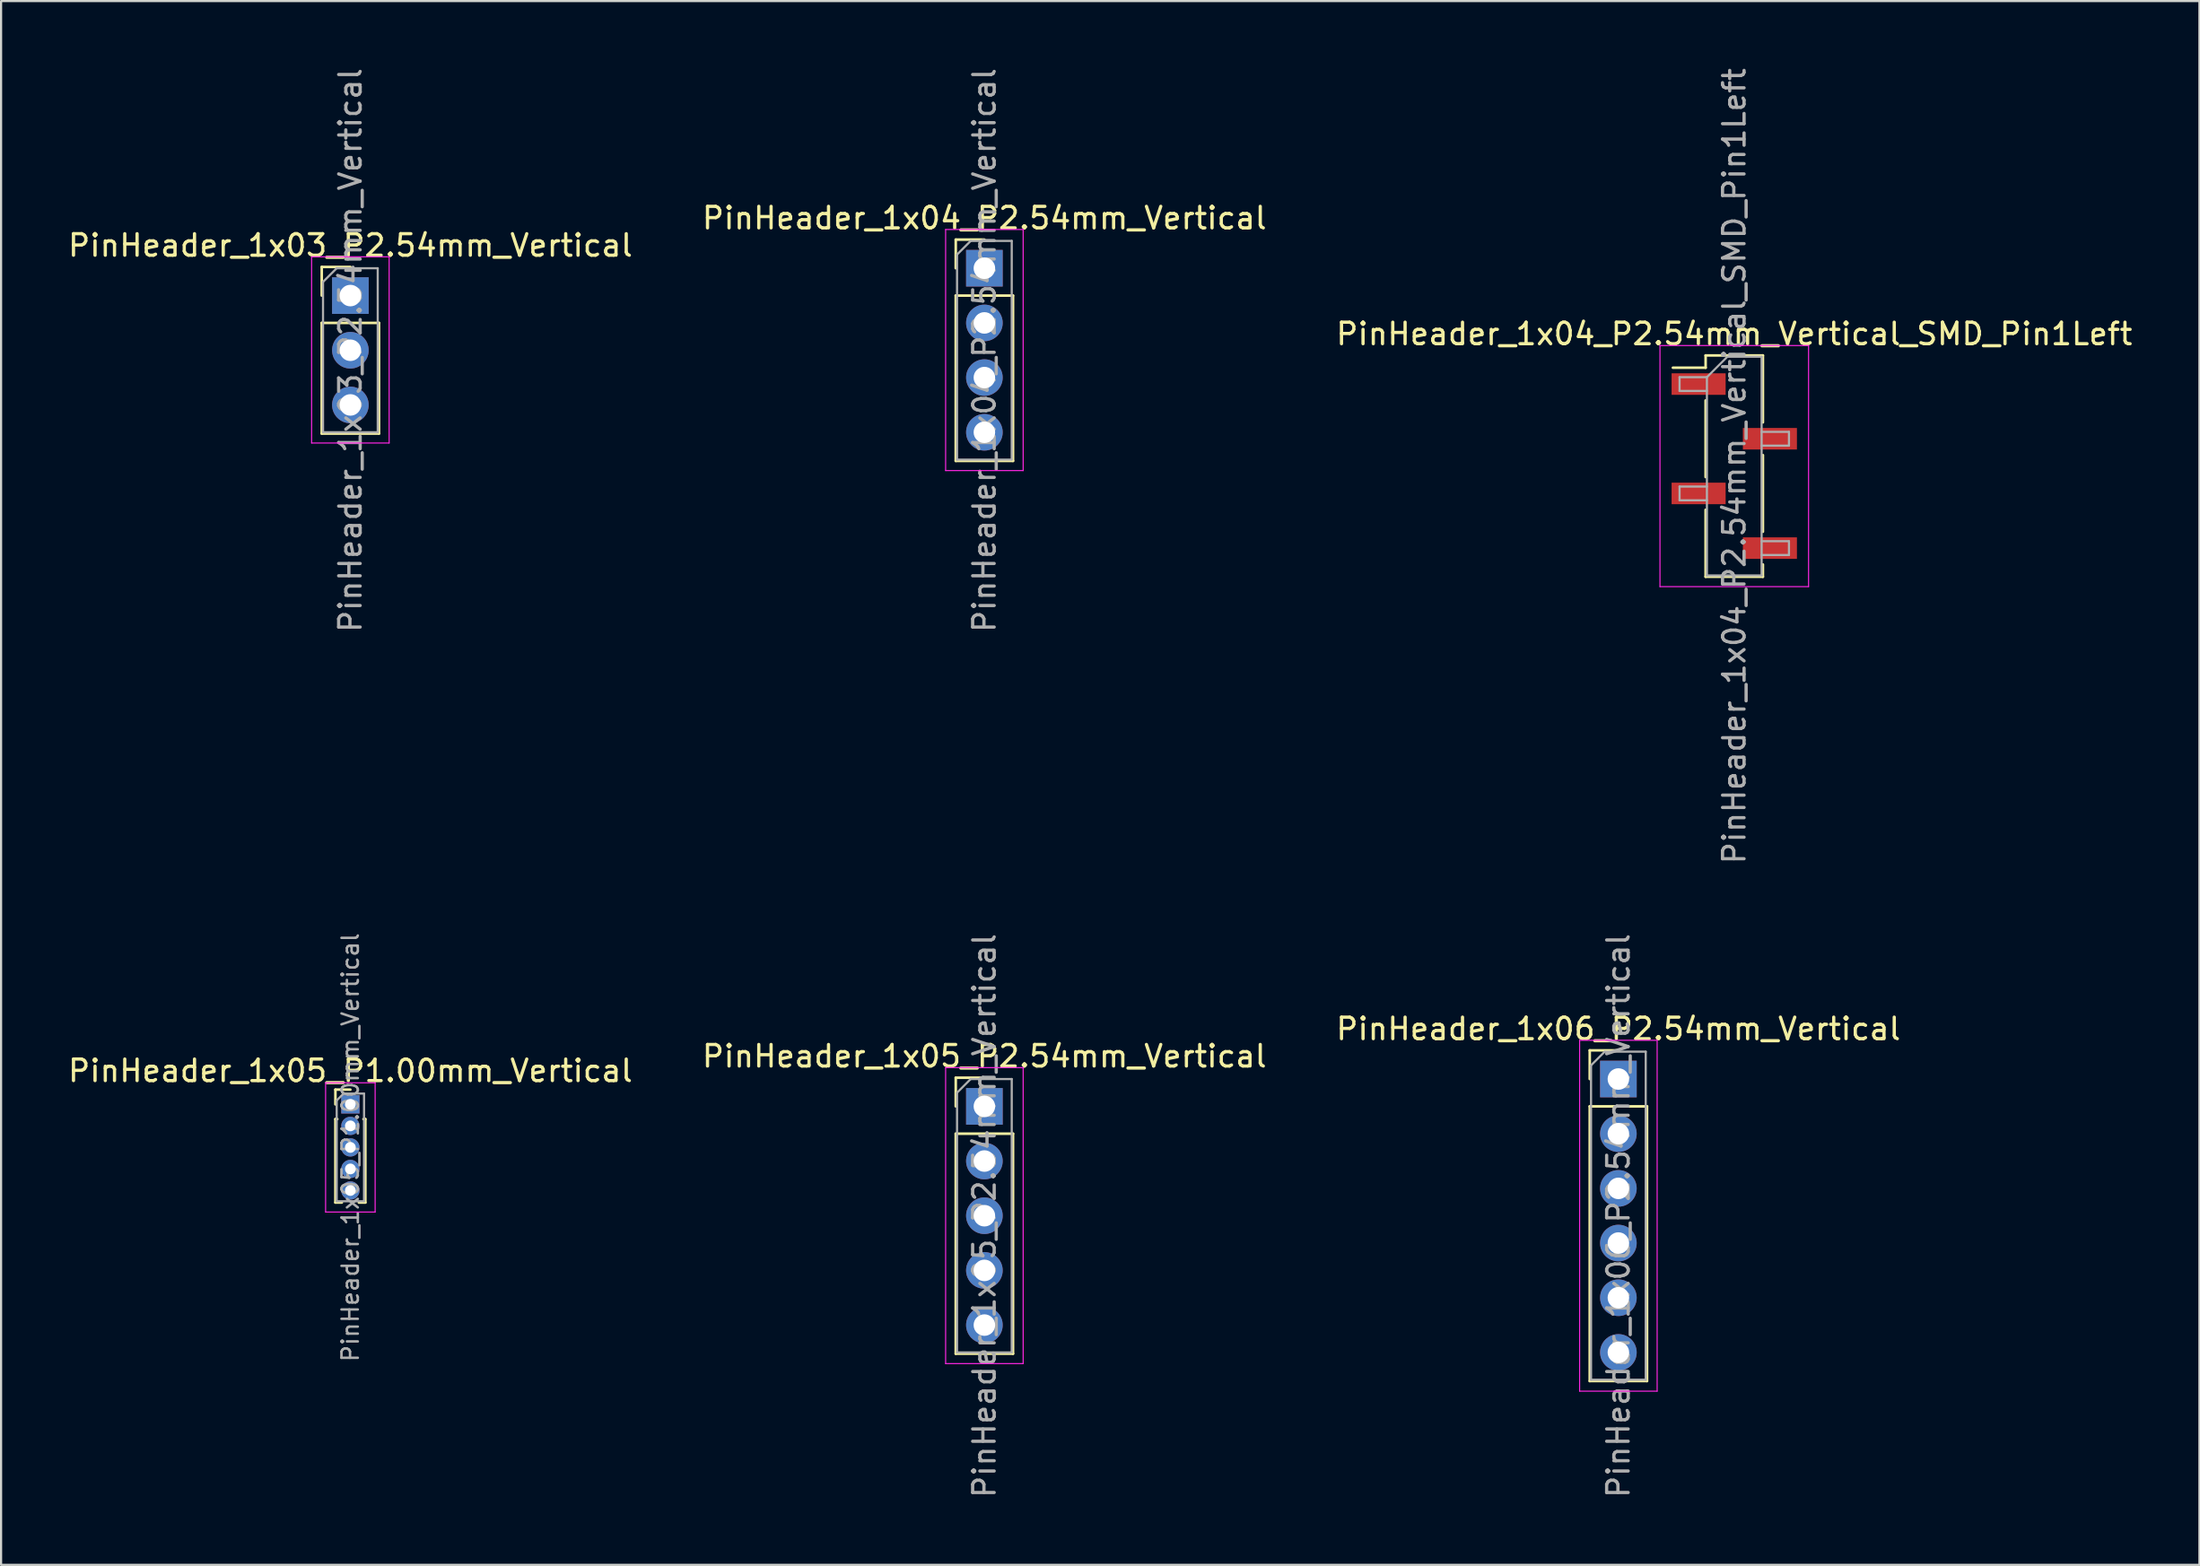
<source format=kicad_pcb>
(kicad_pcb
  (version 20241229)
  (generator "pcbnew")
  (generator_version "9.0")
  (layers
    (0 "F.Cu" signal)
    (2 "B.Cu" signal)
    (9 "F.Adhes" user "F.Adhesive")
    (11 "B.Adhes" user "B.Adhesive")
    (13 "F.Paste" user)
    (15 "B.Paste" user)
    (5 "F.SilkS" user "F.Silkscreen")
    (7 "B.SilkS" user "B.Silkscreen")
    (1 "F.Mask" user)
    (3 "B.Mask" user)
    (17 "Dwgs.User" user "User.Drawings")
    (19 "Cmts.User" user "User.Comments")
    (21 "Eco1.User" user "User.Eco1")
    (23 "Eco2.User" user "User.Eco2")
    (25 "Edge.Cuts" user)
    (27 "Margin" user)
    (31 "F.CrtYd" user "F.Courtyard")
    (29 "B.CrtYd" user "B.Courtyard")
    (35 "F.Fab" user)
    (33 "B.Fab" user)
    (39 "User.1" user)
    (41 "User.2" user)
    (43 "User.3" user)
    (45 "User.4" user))
  (footprint "PinHeader_1x03_P2.54mm_Vertical"
    (layer "F.Cu")
    (at 13.22 10.68)
    (property "Reference" "PinHeader_1x03_P2.54mm_Vertical" (at 0 -2.33 0) (layer "F.SilkS") (effects (font (size 1 1) (thickness 0.15))))
    (attr through_hole)
    (fp_line (start -1.33 -1.33) (end 0 -1.33) (stroke (width 0.12) (type solid)) (layer "F.SilkS"))
    (fp_line (start -1.33 0) (end -1.33 -1.33) (stroke (width 0.12) (type solid)) (layer "F.SilkS"))
    (fp_line (start -1.33 1.27) (end -1.33 6.41) (stroke (width 0.12) (type solid)) (layer "F.SilkS"))
    (fp_line (start -1.33 1.27) (end 1.33 1.27) (stroke (width 0.12) (type solid)) (layer "F.SilkS"))
    (fp_line (start -1.33 6.41) (end 1.33 6.41) (stroke (width 0.12) (type solid)) (layer "F.SilkS"))
    (fp_line (start 1.33 1.27) (end 1.33 6.41) (stroke (width 0.12) (type solid)) (layer "F.SilkS"))
    (fp_line (start -1.8 -1.8) (end -1.8 6.85) (stroke (width 0.05) (type solid)) (layer "F.CrtYd"))
    (fp_line (start -1.8 6.85) (end 1.8 6.85) (stroke (width 0.05) (type solid)) (layer "F.CrtYd"))
    (fp_line (start 1.8 -1.8) (end -1.8 -1.8) (stroke (width 0.05) (type solid)) (layer "F.CrtYd"))
    (fp_line (start 1.8 6.85) (end 1.8 -1.8) (stroke (width 0.05) (type solid)) (layer "F.CrtYd"))
    (fp_line (start -1.27 -0.635) (end -0.635 -1.27) (stroke (width 0.1) (type solid)) (layer "F.Fab"))
    (fp_line (start -1.27 6.35) (end -1.27 -0.635) (stroke (width 0.1) (type solid)) (layer "F.Fab"))
    (fp_line (start -0.635 -1.27) (end 1.27 -1.27) (stroke (width 0.1) (type solid)) (layer "F.Fab"))
    (fp_line (start 1.27 -1.27) (end 1.27 6.35) (stroke (width 0.1) (type solid)) (layer "F.Fab"))
    (fp_line (start 1.27 6.35) (end -1.27 6.35) (stroke (width 0.1) (type solid)) (layer "F.Fab"))
    (fp_text user "${REFERENCE}" (at 0 2.54 90) (layer "F.Fab") (effects (font (size 1 1) (thickness 0.15))))
    (pad "1" thru_hole rect (at 0 0) (size 1.7 1.7) (drill 1) (layers "*.Cu" "*.Mask"))
    (pad "2" thru_hole oval (at 0 2.54) (size 1.7 1.7) (drill 1) (layers "*.Cu" "*.Mask"))
    (pad "3" thru_hole oval (at 0 5.08) (size 1.7 1.7) (drill 1) (layers "*.Cu" "*.Mask")))
  (footprint "PinHeader_1x05_P1.00mm_Vertical"
    (layer "F.Cu")
    (at 13.22 48.25)
    (property "Reference" "PinHeader_1x05_P1.00mm_Vertical" (at 0 -1.56 0) (layer "F.SilkS") (effects (font (size 1 1) (thickness 0.15))))
    (attr through_hole)
    (fp_line (start -0.695 -0.685) (end 0 -0.685) (stroke (width 0.12) (type solid)) (layer "F.SilkS"))
    (fp_line (start -0.695 0) (end -0.695 -0.685) (stroke (width 0.12) (type solid)) (layer "F.SilkS"))
    (fp_line (start -0.695 0.685) (end -0.695 4.56) (stroke (width 0.12) (type solid)) (layer "F.SilkS"))
    (fp_line (start -0.695 0.685) (end -0.608 0.685) (stroke (width 0.12) (type solid)) (layer "F.SilkS"))
    (fp_line (start -0.695 4.56) (end -0.394 4.56) (stroke (width 0.12) (type solid)) (layer "F.SilkS"))
    (fp_line (start 0.394 4.56) (end 0.695 4.56) (stroke (width 0.12) (type solid)) (layer "F.SilkS"))
    (fp_line (start 0.608 0.685) (end 0.695 0.685) (stroke (width 0.12) (type solid)) (layer "F.SilkS"))
    (fp_line (start 0.695 0.685) (end 0.695 4.56) (stroke (width 0.12) (type solid)) (layer "F.SilkS"))
    (fp_line (start -1.15 -1) (end -1.15 5) (stroke (width 0.05) (type solid)) (layer "F.CrtYd"))
    (fp_line (start -1.15 5) (end 1.15 5) (stroke (width 0.05) (type solid)) (layer "F.CrtYd"))
    (fp_line (start 1.15 -1) (end -1.15 -1) (stroke (width 0.05) (type solid)) (layer "F.CrtYd"))
    (fp_line (start 1.15 5) (end 1.15 -1) (stroke (width 0.05) (type solid)) (layer "F.CrtYd"))
    (fp_line (start -0.635 -0.182) (end -0.318 -0.5) (stroke (width 0.1) (type solid)) (layer "F.Fab"))
    (fp_line (start -0.635 4.5) (end -0.635 -0.182) (stroke (width 0.1) (type solid)) (layer "F.Fab"))
    (fp_line (start -0.318 -0.5) (end 0.635 -0.5) (stroke (width 0.1) (type solid)) (layer "F.Fab"))
    (fp_line (start 0.635 -0.5) (end 0.635 4.5) (stroke (width 0.1) (type solid)) (layer "F.Fab"))
    (fp_line (start 0.635 4.5) (end -0.635 4.5) (stroke (width 0.1) (type solid)) (layer "F.Fab"))
    (fp_text user "${REFERENCE}" (at 0 2 90) (layer "F.Fab") (effects (font (size 0.76 0.76) (thickness 0.114))))
    (pad "1" thru_hole rect (at 0 0) (size 0.85 0.85) (drill 0.5) (layers "*.Cu" "*.Mask"))
    (pad "2" thru_hole oval (at 0 1) (size 0.85 0.85) (drill 0.5) (layers "*.Cu" "*.Mask"))
    (pad "3" thru_hole oval (at 0 2) (size 0.85 0.85) (drill 0.5) (layers "*.Cu" "*.Mask"))
    (pad "4" thru_hole oval (at 0 3) (size 0.85 0.85) (drill 0.5) (layers "*.Cu" "*.Mask"))
    (pad "5" thru_hole oval (at 0 4) (size 0.85 0.85) (drill 0.5) (layers "*.Cu" "*.Mask")))
  (footprint "PinHeader_1x04_P2.54mm_Vertical_SMD_Pin1Left"
    (layer "F.Cu")
    (at 77.482 18.601)
    (property "Reference" "PinHeader_1x04_P2.54mm_Vertical_SMD_Pin1Left" (at 0 -6.14 0) (layer "F.SilkS") (effects (font (size 1 1) (thickness 0.15))))
    (attr smd)
    (fp_line (start -1.33 -5.14) (end -1.33 -4.57) (stroke (width 0.12) (type solid)) (layer "F.SilkS"))
    (fp_line (start -1.33 -5.14) (end 1.33 -5.14) (stroke (width 0.12) (type solid)) (layer "F.SilkS"))
    (fp_line (start -1.33 -4.57) (end -2.85 -4.57) (stroke (width 0.12) (type solid)) (layer "F.SilkS"))
    (fp_line (start -1.33 -3.05) (end -1.33 0.51) (stroke (width 0.12) (type solid)) (layer "F.SilkS"))
    (fp_line (start -1.33 2.03) (end -1.33 5.14) (stroke (width 0.12) (type solid)) (layer "F.SilkS"))
    (fp_line (start -1.33 5.14) (end 1.33 5.14) (stroke (width 0.12) (type solid)) (layer "F.SilkS"))
    (fp_line (start 1.33 -5.14) (end 1.33 -2.03) (stroke (width 0.12) (type solid)) (layer "F.SilkS"))
    (fp_line (start 1.33 -0.51) (end 1.33 3.05) (stroke (width 0.12) (type solid)) (layer "F.SilkS"))
    (fp_line (start 1.33 4.57) (end 1.33 5.14) (stroke (width 0.12) (type solid)) (layer "F.SilkS"))
    (fp_line (start -3.45 -5.6) (end -3.45 5.6) (stroke (width 0.05) (type solid)) (layer "F.CrtYd"))
    (fp_line (start -3.45 5.6) (end 3.45 5.6) (stroke (width 0.05) (type solid)) (layer "F.CrtYd"))
    (fp_line (start 3.45 -5.6) (end -3.45 -5.6) (stroke (width 0.05) (type solid)) (layer "F.CrtYd"))
    (fp_line (start 3.45 5.6) (end 3.45 -5.6) (stroke (width 0.05) (type solid)) (layer "F.CrtYd"))
    (fp_line (start -2.54 -4.13) (end -2.54 -3.49) (stroke (width 0.1) (type solid)) (layer "F.Fab"))
    (fp_line (start -2.54 -3.49) (end -1.27 -3.49) (stroke (width 0.1) (type solid)) (layer "F.Fab"))
    (fp_line (start -2.54 0.95) (end -2.54 1.59) (stroke (width 0.1) (type solid)) (layer "F.Fab"))
    (fp_line (start -2.54 1.59) (end -1.27 1.59) (stroke (width 0.1) (type solid)) (layer "F.Fab"))
    (fp_line (start -1.27 -4.13) (end -2.54 -4.13) (stroke (width 0.1) (type solid)) (layer "F.Fab"))
    (fp_line (start -1.27 -4.13) (end -0.32 -5.08) (stroke (width 0.1) (type solid)) (layer "F.Fab"))
    (fp_line (start -1.27 0.95) (end -2.54 0.95) (stroke (width 0.1) (type solid)) (layer "F.Fab"))
    (fp_line (start -1.27 5.08) (end -1.27 -4.13) (stroke (width 0.1) (type solid)) (layer "F.Fab"))
    (fp_line (start -0.32 -5.08) (end 1.27 -5.08) (stroke (width 0.1) (type solid)) (layer "F.Fab"))
    (fp_line (start 1.27 -5.08) (end 1.27 5.08) (stroke (width 0.1) (type solid)) (layer "F.Fab"))
    (fp_line (start 1.27 -1.59) (end 2.54 -1.59) (stroke (width 0.1) (type solid)) (layer "F.Fab"))
    (fp_line (start 1.27 3.49) (end 2.54 3.49) (stroke (width 0.1) (type solid)) (layer "F.Fab"))
    (fp_line (start 1.27 5.08) (end -1.27 5.08) (stroke (width 0.1) (type solid)) (layer "F.Fab"))
    (fp_line (start 2.54 -1.59) (end 2.54 -0.95) (stroke (width 0.1) (type solid)) (layer "F.Fab"))
    (fp_line (start 2.54 -0.95) (end 1.27 -0.95) (stroke (width 0.1) (type solid)) (layer "F.Fab"))
    (fp_line (start 2.54 3.49) (end 2.54 4.13) (stroke (width 0.1) (type solid)) (layer "F.Fab"))
    (fp_line (start 2.54 4.13) (end 1.27 4.13) (stroke (width 0.1) (type solid)) (layer "F.Fab"))
    (fp_text user "${REFERENCE}" (at 0 0 90) (layer "F.Fab") (effects (font (size 1 1) (thickness 0.15))))
    (pad "1" smd rect (at -1.655 -3.81) (size 2.51 1) (layers "F.Cu" "F.Mask" "F.Paste"))
    (pad "2" smd rect (at 1.655 -1.27) (size 2.51 1) (layers "F.Cu" "F.Mask" "F.Paste"))
    (pad "3" smd rect (at -1.655 1.27) (size 2.51 1) (layers "F.Cu" "F.Mask" "F.Paste"))
    (pad "4" smd rect (at 1.655 3.81) (size 2.51 1) (layers "F.Cu" "F.Mask" "F.Paste")))
  (footprint "PinHeader_1x06_P2.54mm_Vertical"
    (layer "F.Cu")
    (at 72.101 47.073)
    (property "Reference" "PinHeader_1x06_P2.54mm_Vertical" (at 0 -2.33 0) (layer "F.SilkS") (effects (font (size 1 1) (thickness 0.15))))
    (attr through_hole)
    (fp_line (start -1.33 -1.33) (end 0 -1.33) (stroke (width 0.12) (type solid)) (layer "F.SilkS"))
    (fp_line (start -1.33 0) (end -1.33 -1.33) (stroke (width 0.12) (type solid)) (layer "F.SilkS"))
    (fp_line (start -1.33 1.27) (end -1.33 14.03) (stroke (width 0.12) (type solid)) (layer "F.SilkS"))
    (fp_line (start -1.33 1.27) (end 1.33 1.27) (stroke (width 0.12) (type solid)) (layer "F.SilkS"))
    (fp_line (start -1.33 14.03) (end 1.33 14.03) (stroke (width 0.12) (type solid)) (layer "F.SilkS"))
    (fp_line (start 1.33 1.27) (end 1.33 14.03) (stroke (width 0.12) (type solid)) (layer "F.SilkS"))
    (fp_line (start -1.8 -1.8) (end -1.8 14.5) (stroke (width 0.05) (type solid)) (layer "F.CrtYd"))
    (fp_line (start -1.8 14.5) (end 1.8 14.5) (stroke (width 0.05) (type solid)) (layer "F.CrtYd"))
    (fp_line (start 1.8 -1.8) (end -1.8 -1.8) (stroke (width 0.05) (type solid)) (layer "F.CrtYd"))
    (fp_line (start 1.8 14.5) (end 1.8 -1.8) (stroke (width 0.05) (type solid)) (layer "F.CrtYd"))
    (fp_line (start -1.27 -0.635) (end -0.635 -1.27) (stroke (width 0.1) (type solid)) (layer "F.Fab"))
    (fp_line (start -1.27 13.97) (end -1.27 -0.635) (stroke (width 0.1) (type solid)) (layer "F.Fab"))
    (fp_line (start -0.635 -1.27) (end 1.27 -1.27) (stroke (width 0.1) (type solid)) (layer "F.Fab"))
    (fp_line (start 1.27 -1.27) (end 1.27 13.97) (stroke (width 0.1) (type solid)) (layer "F.Fab"))
    (fp_line (start 1.27 13.97) (end -1.27 13.97) (stroke (width 0.1) (type solid)) (layer "F.Fab"))
    (fp_text user "${REFERENCE}" (at 0 6.35 90) (layer "F.Fab") (effects (font (size 1 1) (thickness 0.15))))
    (pad "1" thru_hole rect (at 0 0) (size 1.7 1.7) (drill 1) (layers "*.Cu" "*.Mask"))
    (pad "2" thru_hole oval (at 0 2.54) (size 1.7 1.7) (drill 1) (layers "*.Cu" "*.Mask"))
    (pad "3" thru_hole oval (at 0 5.08) (size 1.7 1.7) (drill 1) (layers "*.Cu" "*.Mask"))
    (pad "4" thru_hole oval (at 0 7.62) (size 1.7 1.7) (drill 1) (layers "*.Cu" "*.Mask"))
    (pad "5" thru_hole oval (at 0 10.16) (size 1.7 1.7) (drill 1) (layers "*.Cu" "*.Mask"))
    (pad "6" thru_hole oval (at 0 12.7) (size 1.7 1.7) (drill 1) (layers "*.Cu" "*.Mask")))
  (footprint "PinHeader_1x04_P2.54mm_Vertical"
    (layer "F.Cu")
    (at 42.661 9.41)
    (property "Reference" "PinHeader_1x04_P2.54mm_Vertical" (at 0 -2.33 0) (layer "F.SilkS") (effects (font (size 1 1) (thickness 0.15))))
    (attr through_hole)
    (fp_line (start -1.33 -1.33) (end 0 -1.33) (stroke (width 0.12) (type solid)) (layer "F.SilkS"))
    (fp_line (start -1.33 0) (end -1.33 -1.33) (stroke (width 0.12) (type solid)) (layer "F.SilkS"))
    (fp_line (start -1.33 1.27) (end -1.33 8.95) (stroke (width 0.12) (type solid)) (layer "F.SilkS"))
    (fp_line (start -1.33 1.27) (end 1.33 1.27) (stroke (width 0.12) (type solid)) (layer "F.SilkS"))
    (fp_line (start -1.33 8.95) (end 1.33 8.95) (stroke (width 0.12) (type solid)) (layer "F.SilkS"))
    (fp_line (start 1.33 1.27) (end 1.33 8.95) (stroke (width 0.12) (type solid)) (layer "F.SilkS"))
    (fp_line (start -1.8 -1.8) (end -1.8 9.4) (stroke (width 0.05) (type solid)) (layer "F.CrtYd"))
    (fp_line (start -1.8 9.4) (end 1.8 9.4) (stroke (width 0.05) (type solid)) (layer "F.CrtYd"))
    (fp_line (start 1.8 -1.8) (end -1.8 -1.8) (stroke (width 0.05) (type solid)) (layer "F.CrtYd"))
    (fp_line (start 1.8 9.4) (end 1.8 -1.8) (stroke (width 0.05) (type solid)) (layer "F.CrtYd"))
    (fp_line (start -1.27 -0.635) (end -0.635 -1.27) (stroke (width 0.1) (type solid)) (layer "F.Fab"))
    (fp_line (start -1.27 8.89) (end -1.27 -0.635) (stroke (width 0.1) (type solid)) (layer "F.Fab"))
    (fp_line (start -0.635 -1.27) (end 1.27 -1.27) (stroke (width 0.1) (type solid)) (layer "F.Fab"))
    (fp_line (start 1.27 -1.27) (end 1.27 8.89) (stroke (width 0.1) (type solid)) (layer "F.Fab"))
    (fp_line (start 1.27 8.89) (end -1.27 8.89) (stroke (width 0.1) (type solid)) (layer "F.Fab"))
    (fp_text user "${REFERENCE}" (at 0 3.81 90) (layer "F.Fab") (effects (font (size 1 1) (thickness 0.15))))
    (pad "1" thru_hole rect (at 0 0) (size 1.7 1.7) (drill 1) (layers "*.Cu" "*.Mask"))
    (pad "2" thru_hole oval (at 0 2.54) (size 1.7 1.7) (drill 1) (layers "*.Cu" "*.Mask"))
    (pad "3" thru_hole oval (at 0 5.08) (size 1.7 1.7) (drill 1) (layers "*.Cu" "*.Mask"))
    (pad "4" thru_hole oval (at 0 7.62) (size 1.7 1.7) (drill 1) (layers "*.Cu" "*.Mask")))
  (footprint "PinHeader_1x05_P2.54mm_Vertical"
    (layer "F.Cu")
    (at 42.661 48.343)
    (property "Reference" "PinHeader_1x05_P2.54mm_Vertical" (at 0 -2.33 180) (layer "F.SilkS") (effects (font (size 1 1) (thickness 0.15))))
    (attr through_hole)
    (fp_line (start -1.33 -1.33) (end 0 -1.33) (stroke (width 0.12) (type solid)) (layer "F.SilkS"))
    (fp_line (start -1.33 0) (end -1.33 -1.33) (stroke (width 0.12) (type solid)) (layer "F.SilkS"))
    (fp_line (start -1.33 1.27) (end -1.33 11.49) (stroke (width 0.12) (type solid)) (layer "F.SilkS"))
    (fp_line (start -1.33 1.27) (end 1.33 1.27) (stroke (width 0.12) (type solid)) (layer "F.SilkS"))
    (fp_line (start -1.33 11.49) (end 1.33 11.49) (stroke (width 0.12) (type solid)) (layer "F.SilkS"))
    (fp_line (start 1.33 1.27) (end 1.33 11.49) (stroke (width 0.12) (type solid)) (layer "F.SilkS"))
    (fp_line (start -1.8 -1.8) (end -1.8 11.95) (stroke (width 0.05) (type solid)) (layer "F.CrtYd"))
    (fp_line (start -1.8 11.95) (end 1.8 11.95) (stroke (width 0.05) (type solid)) (layer "F.CrtYd"))
    (fp_line (start 1.8 -1.8) (end -1.8 -1.8) (stroke (width 0.05) (type solid)) (layer "F.CrtYd"))
    (fp_line (start 1.8 11.95) (end 1.8 -1.8) (stroke (width 0.05) (type solid)) (layer "F.CrtYd"))
    (fp_line (start -1.27 -0.635) (end -0.635 -1.27) (stroke (width 0.1) (type solid)) (layer "F.Fab"))
    (fp_line (start -1.27 11.43) (end -1.27 -0.635) (stroke (width 0.1) (type solid)) (layer "F.Fab"))
    (fp_line (start -0.635 -1.27) (end 1.27 -1.27) (stroke (width 0.1) (type solid)) (layer "F.Fab"))
    (fp_line (start 1.27 -1.27) (end 1.27 11.43) (stroke (width 0.1) (type solid)) (layer "F.Fab"))
    (fp_line (start 1.27 11.43) (end -1.27 11.43) (stroke (width 0.1) (type solid)) (layer "F.Fab"))
    (fp_text user "${REFERENCE}" (at 0 5.08 270) (layer "F.Fab") (effects (font (size 1 1) (thickness 0.15))))
    (pad "1" thru_hole rect (at 0 0) (size 1.7 1.7) (drill 1) (layers "*.Cu" "*.Mask"))
    (pad "2" thru_hole oval (at 0 2.54) (size 1.7 1.7) (drill 1) (layers "*.Cu" "*.Mask"))
    (pad "3" thru_hole oval (at 0 5.08) (size 1.7 1.7) (drill 1) (layers "*.Cu" "*.Mask"))
    (pad "4" thru_hole oval (at 0 7.62) (size 1.7 1.7) (drill 1) (layers "*.Cu" "*.Mask"))
    (pad "5" thru_hole oval (at 0 10.16) (size 1.7 1.7) (drill 1) (layers "*.Cu" "*.Mask")))
  (gr_rect
    (start -3 -3)
    (end 99.083 69.643)
    (stroke (width 0.1) (type default))
    (fill no)
    (layer "Edge.Cuts")))
</source>
